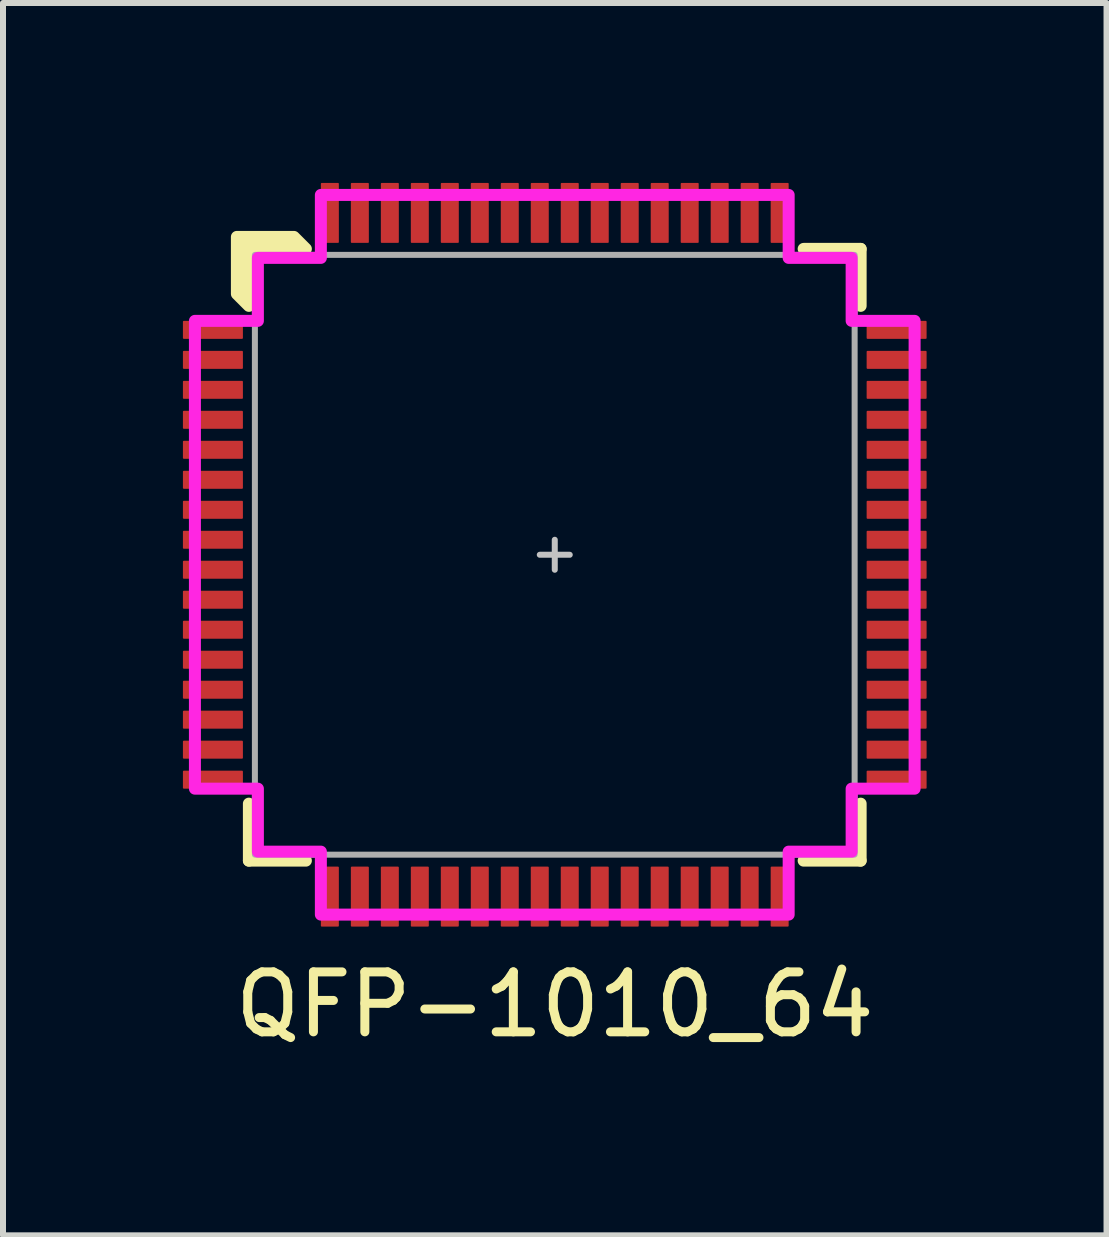
<source format=kicad_pcb>
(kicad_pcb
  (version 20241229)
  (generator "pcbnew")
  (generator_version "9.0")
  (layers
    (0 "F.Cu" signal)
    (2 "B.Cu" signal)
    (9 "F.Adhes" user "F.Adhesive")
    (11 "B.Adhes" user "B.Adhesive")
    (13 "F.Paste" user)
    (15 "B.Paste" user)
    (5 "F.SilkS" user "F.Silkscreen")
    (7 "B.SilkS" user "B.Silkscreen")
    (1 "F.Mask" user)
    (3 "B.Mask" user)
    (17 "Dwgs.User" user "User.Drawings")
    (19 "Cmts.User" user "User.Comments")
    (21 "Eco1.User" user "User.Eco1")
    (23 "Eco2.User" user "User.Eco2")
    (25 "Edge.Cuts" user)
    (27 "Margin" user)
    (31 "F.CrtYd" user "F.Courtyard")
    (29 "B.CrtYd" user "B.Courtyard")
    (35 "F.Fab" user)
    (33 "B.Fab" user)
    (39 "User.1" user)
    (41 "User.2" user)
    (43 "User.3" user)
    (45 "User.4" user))
  (footprint "QFP-1010_64"
    (layer "F.Cu")
    (at 6.2 6.2)
    (property "Reference" "QFP-1010_64" (at 0 7.5 0) (unlocked yes) (layer "F.SilkS") (effects (font (size 1 1) (thickness 0.15))))
    (attr smd)
    (fp_line (start -5.1 5.1) (end -5.1 4.15) (stroke (width 0.2) (type solid)) (layer "F.SilkS"))
    (fp_line (start -4.15 5.1) (end -5.1 5.1) (stroke (width 0.2) (type solid)) (layer "F.SilkS"))
    (fp_line (start 4.15 -5.1) (end 5.1 -5.1) (stroke (width 0.2) (type solid)) (layer "F.SilkS"))
    (fp_line (start 5.1 -5.1) (end 5.1 -4.15) (stroke (width 0.2) (type solid)) (layer "F.SilkS"))
    (fp_line (start 5.1 4.15) (end 5.1 5.1) (stroke (width 0.2) (type solid)) (layer "F.SilkS"))
    (fp_line (start 5.1 5.1) (end 4.15 5.1) (stroke (width 0.2) (type solid)) (layer "F.SilkS"))
    (fp_poly (pts (xy -4.15 -5.1) (xy -5.1 -5.1) (xy -5.1 -4.15) (xy -5.3 -4.35) (xy -5.3 -5.3) (xy -4.35 -5.3)) (stroke (width 0.2) (type solid)) (fill yes) (layer "F.SilkS"))
    (fp_line (start -0.25 0) (end 0.25 0) (stroke (width 0.1) (type solid)) (layer "Dwgs.User"))
    (fp_line (start 0 -0.25) (end 0 0.25) (stroke (width 0.1) (type solid)) (layer "Dwgs.User"))
    (fp_poly (pts (xy 3.9 -4.95) (xy 4.95 -4.95) (xy 4.95 -3.9) (xy 6 -3.9) (xy 6 3.9) (xy 4.95 3.9) (xy 4.95 4.95) (xy 3.9 4.95) (xy 3.9 6) (xy -3.9 6) (xy -3.9 4.95) (xy -4.95 4.95) (xy -4.95 3.9) (xy -6 3.9) (xy -6 -3.9) (xy -4.95 -3.9) (xy -4.95 -4.95) (xy -3.9 -4.95) (xy -3.9 -6) (xy 3.9 -6)) (stroke (width 0.2) (type solid)) (fill no) (layer "F.CrtYd"))
    (fp_rect (start -5 -5) (end 5 5) (stroke (width 0.1) (type solid)) (fill no) (layer "F.Fab"))
    (pad "1" smd roundrect (at -5.7 -3.75) (size 1 0.3) (layers "F.Cu" "F.Mask" "F.Paste") (roundrect_rratio 0.05))
    (pad "2" smd roundrect (at -5.7 -3.25) (size 1 0.3) (layers "F.Cu" "F.Mask" "F.Paste") (roundrect_rratio 0.05))
    (pad "3" smd roundrect (at -5.7 -2.75) (size 1 0.3) (layers "F.Cu" "F.Mask" "F.Paste") (roundrect_rratio 0.05))
    (pad "4" smd roundrect (at -5.7 -2.25) (size 1 0.3) (layers "F.Cu" "F.Mask" "F.Paste") (roundrect_rratio 0.05))
    (pad "5" smd roundrect (at -5.7 -1.75) (size 1 0.3) (layers "F.Cu" "F.Mask" "F.Paste") (roundrect_rratio 0.05))
    (pad "6" smd roundrect (at -5.7 -1.25) (size 1 0.3) (layers "F.Cu" "F.Mask" "F.Paste") (roundrect_rratio 0.05))
    (pad "7" smd roundrect (at -5.7 -0.75) (size 1 0.3) (layers "F.Cu" "F.Mask" "F.Paste") (roundrect_rratio 0.05))
    (pad "8" smd roundrect (at -5.7 -0.25) (size 1 0.3) (layers "F.Cu" "F.Mask" "F.Paste") (roundrect_rratio 0.05))
    (pad "9" smd roundrect (at -5.7 0.25) (size 1 0.3) (layers "F.Cu" "F.Mask" "F.Paste") (roundrect_rratio 0.05))
    (pad "10" smd roundrect (at -5.7 0.75) (size 1 0.3) (layers "F.Cu" "F.Mask" "F.Paste") (roundrect_rratio 0.05))
    (pad "11" smd roundrect (at -5.7 1.25) (size 1 0.3) (layers "F.Cu" "F.Mask" "F.Paste") (roundrect_rratio 0.05))
    (pad "12" smd roundrect (at -5.7 1.75) (size 1 0.3) (layers "F.Cu" "F.Mask" "F.Paste") (roundrect_rratio 0.05))
    (pad "13" smd roundrect (at -5.7 2.25) (size 1 0.3) (layers "F.Cu" "F.Mask" "F.Paste") (roundrect_rratio 0.05))
    (pad "14" smd roundrect (at -5.7 2.75) (size 1 0.3) (layers "F.Cu" "F.Mask" "F.Paste") (roundrect_rratio 0.05))
    (pad "15" smd roundrect (at -5.7 3.25) (size 1 0.3) (layers "F.Cu" "F.Mask" "F.Paste") (roundrect_rratio 0.05))
    (pad "16" smd roundrect (at -5.7 3.75) (size 1 0.3) (layers "F.Cu" "F.Mask" "F.Paste") (roundrect_rratio 0.05))
    (pad "17" smd roundrect (at -3.75 5.7 90) (size 1 0.3) (layers "F.Cu" "F.Mask" "F.Paste") (roundrect_rratio 0.05))
    (pad "18" smd roundrect (at -3.25 5.7 90) (size 1 0.3) (layers "F.Cu" "F.Mask" "F.Paste") (roundrect_rratio 0.05))
    (pad "19" smd roundrect (at -2.75 5.7 90) (size 1 0.3) (layers "F.Cu" "F.Mask" "F.Paste") (roundrect_rratio 0.05))
    (pad "20" smd roundrect (at -2.25 5.7 90) (size 1 0.3) (layers "F.Cu" "F.Mask" "F.Paste") (roundrect_rratio 0.05))
    (pad "21" smd roundrect (at -1.75 5.7 90) (size 1 0.3) (layers "F.Cu" "F.Mask" "F.Paste") (roundrect_rratio 0.05))
    (pad "22" smd roundrect (at -1.25 5.7 90) (size 1 0.3) (layers "F.Cu" "F.Mask" "F.Paste") (roundrect_rratio 0.05))
    (pad "23" smd roundrect (at -0.75 5.7 90) (size 1 0.3) (layers "F.Cu" "F.Mask" "F.Paste") (roundrect_rratio 0.05))
    (pad "24" smd roundrect (at -0.25 5.7 90) (size 1 0.3) (layers "F.Cu" "F.Mask" "F.Paste") (roundrect_rratio 0.05))
    (pad "25" smd roundrect (at 0.25 5.7 90) (size 1 0.3) (layers "F.Cu" "F.Mask" "F.Paste") (roundrect_rratio 0.05))
    (pad "26" smd roundrect (at 0.75 5.7 90) (size 1 0.3) (layers "F.Cu" "F.Mask" "F.Paste") (roundrect_rratio 0.05))
    (pad "27" smd roundrect (at 1.25 5.7 90) (size 1 0.3) (layers "F.Cu" "F.Mask" "F.Paste") (roundrect_rratio 0.05))
    (pad "28" smd roundrect (at 1.75 5.7 90) (size 1 0.3) (layers "F.Cu" "F.Mask" "F.Paste") (roundrect_rratio 0.05))
    (pad "29" smd roundrect (at 2.25 5.7 90) (size 1 0.3) (layers "F.Cu" "F.Mask" "F.Paste") (roundrect_rratio 0.05))
    (pad "30" smd roundrect (at 2.75 5.7 90) (size 1 0.3) (layers "F.Cu" "F.Mask" "F.Paste") (roundrect_rratio 0.05))
    (pad "31" smd roundrect (at 3.25 5.7 90) (size 1 0.3) (layers "F.Cu" "F.Mask" "F.Paste") (roundrect_rratio 0.05))
    (pad "32" smd roundrect (at 3.75 5.7 90) (size 1 0.3) (layers "F.Cu" "F.Mask" "F.Paste") (roundrect_rratio 0.05))
    (pad "33" smd roundrect (at 5.7 3.75 180) (size 1 0.3) (layers "F.Cu" "F.Mask" "F.Paste") (roundrect_rratio 0.05))
    (pad "34" smd roundrect (at 5.7 3.25 180) (size 1 0.3) (layers "F.Cu" "F.Mask" "F.Paste") (roundrect_rratio 0.05))
    (pad "35" smd roundrect (at 5.7 2.75 180) (size 1 0.3) (layers "F.Cu" "F.Mask" "F.Paste") (roundrect_rratio 0.05))
    (pad "36" smd roundrect (at 5.7 2.25 180) (size 1 0.3) (layers "F.Cu" "F.Mask" "F.Paste") (roundrect_rratio 0.05))
    (pad "37" smd roundrect (at 5.7 1.75 180) (size 1 0.3) (layers "F.Cu" "F.Mask" "F.Paste") (roundrect_rratio 0.05))
    (pad "38" smd roundrect (at 5.7 1.25 180) (size 1 0.3) (layers "F.Cu" "F.Mask" "F.Paste") (roundrect_rratio 0.05))
    (pad "39" smd roundrect (at 5.7 0.75 180) (size 1 0.3) (layers "F.Cu" "F.Mask" "F.Paste") (roundrect_rratio 0.05))
    (pad "40" smd roundrect (at 5.7 0.25 180) (size 1 0.3) (layers "F.Cu" "F.Mask" "F.Paste") (roundrect_rratio 0.05))
    (pad "41" smd roundrect (at 5.7 -0.25 180) (size 1 0.3) (layers "F.Cu" "F.Mask" "F.Paste") (roundrect_rratio 0.05))
    (pad "42" smd roundrect (at 5.7 -0.75 180) (size 1 0.3) (layers "F.Cu" "F.Mask" "F.Paste") (roundrect_rratio 0.05))
    (pad "43" smd roundrect (at 5.7 -1.25 180) (size 1 0.3) (layers "F.Cu" "F.Mask" "F.Paste") (roundrect_rratio 0.05))
    (pad "44" smd roundrect (at 5.7 -1.75 180) (size 1 0.3) (layers "F.Cu" "F.Mask" "F.Paste") (roundrect_rratio 0.05))
    (pad "45" smd roundrect (at 5.7 -2.25 180) (size 1 0.3) (layers "F.Cu" "F.Mask" "F.Paste") (roundrect_rratio 0.05))
    (pad "46" smd roundrect (at 5.7 -2.75 180) (size 1 0.3) (layers "F.Cu" "F.Mask" "F.Paste") (roundrect_rratio 0.05))
    (pad "47" smd roundrect (at 5.7 -3.25 180) (size 1 0.3) (layers "F.Cu" "F.Mask" "F.Paste") (roundrect_rratio 0.05))
    (pad "48" smd roundrect (at 5.7 -3.75 180) (size 1 0.3) (layers "F.Cu" "F.Mask" "F.Paste") (roundrect_rratio 0.05))
    (pad "49" smd roundrect (at 3.75 -5.7 270) (size 1 0.3) (layers "F.Cu" "F.Mask" "F.Paste") (roundrect_rratio 0.05))
    (pad "50" smd roundrect (at 3.25 -5.7 270) (size 1 0.3) (layers "F.Cu" "F.Mask" "F.Paste") (roundrect_rratio 0.05))
    (pad "51" smd roundrect (at 2.75 -5.7 270) (size 1 0.3) (layers "F.Cu" "F.Mask" "F.Paste") (roundrect_rratio 0.05))
    (pad "52" smd roundrect (at 2.25 -5.7 270) (size 1 0.3) (layers "F.Cu" "F.Mask" "F.Paste") (roundrect_rratio 0.05))
    (pad "53" smd roundrect (at 1.75 -5.7 270) (size 1 0.3) (layers "F.Cu" "F.Mask" "F.Paste") (roundrect_rratio 0.05))
    (pad "54" smd roundrect (at 1.25 -5.7 270) (size 1 0.3) (layers "F.Cu" "F.Mask" "F.Paste") (roundrect_rratio 0.05))
    (pad "55" smd roundrect (at 0.75 -5.7 270) (size 1 0.3) (layers "F.Cu" "F.Mask" "F.Paste") (roundrect_rratio 0.05))
    (pad "56" smd roundrect (at 0.25 -5.7 270) (size 1 0.3) (layers "F.Cu" "F.Mask" "F.Paste") (roundrect_rratio 0.05))
    (pad "57" smd roundrect (at -0.25 -5.7 270) (size 1 0.3) (layers "F.Cu" "F.Mask" "F.Paste") (roundrect_rratio 0.05))
    (pad "58" smd roundrect (at -0.75 -5.7 270) (size 1 0.3) (layers "F.Cu" "F.Mask" "F.Paste") (roundrect_rratio 0.05))
    (pad "59" smd roundrect (at -1.25 -5.7 270) (size 1 0.3) (layers "F.Cu" "F.Mask" "F.Paste") (roundrect_rratio 0.05))
    (pad "60" smd roundrect (at -1.75 -5.7 270) (size 1 0.3) (layers "F.Cu" "F.Mask" "F.Paste") (roundrect_rratio 0.05))
    (pad "61" smd roundrect (at -2.25 -5.7 270) (size 1 0.3) (layers "F.Cu" "F.Mask" "F.Paste") (roundrect_rratio 0.05))
    (pad "62" smd roundrect (at -2.75 -5.7 270) (size 1 0.3) (layers "F.Cu" "F.Mask" "F.Paste") (roundrect_rratio 0.05))
    (pad "63" smd roundrect (at -3.25 -5.7 270) (size 1 0.3) (layers "F.Cu" "F.Mask" "F.Paste") (roundrect_rratio 0.05))
    (pad "64" smd roundrect (at -3.75 -5.7 270) (size 1 0.3) (layers "F.Cu" "F.Mask" "F.Paste") (roundrect_rratio 0.05)))
  (gr_rect
    (start -3 -3)
    (end 15.4 17.548)
    (stroke (width 0.1) (type default))
    (fill no)
    (layer "Edge.Cuts")))
</source>
